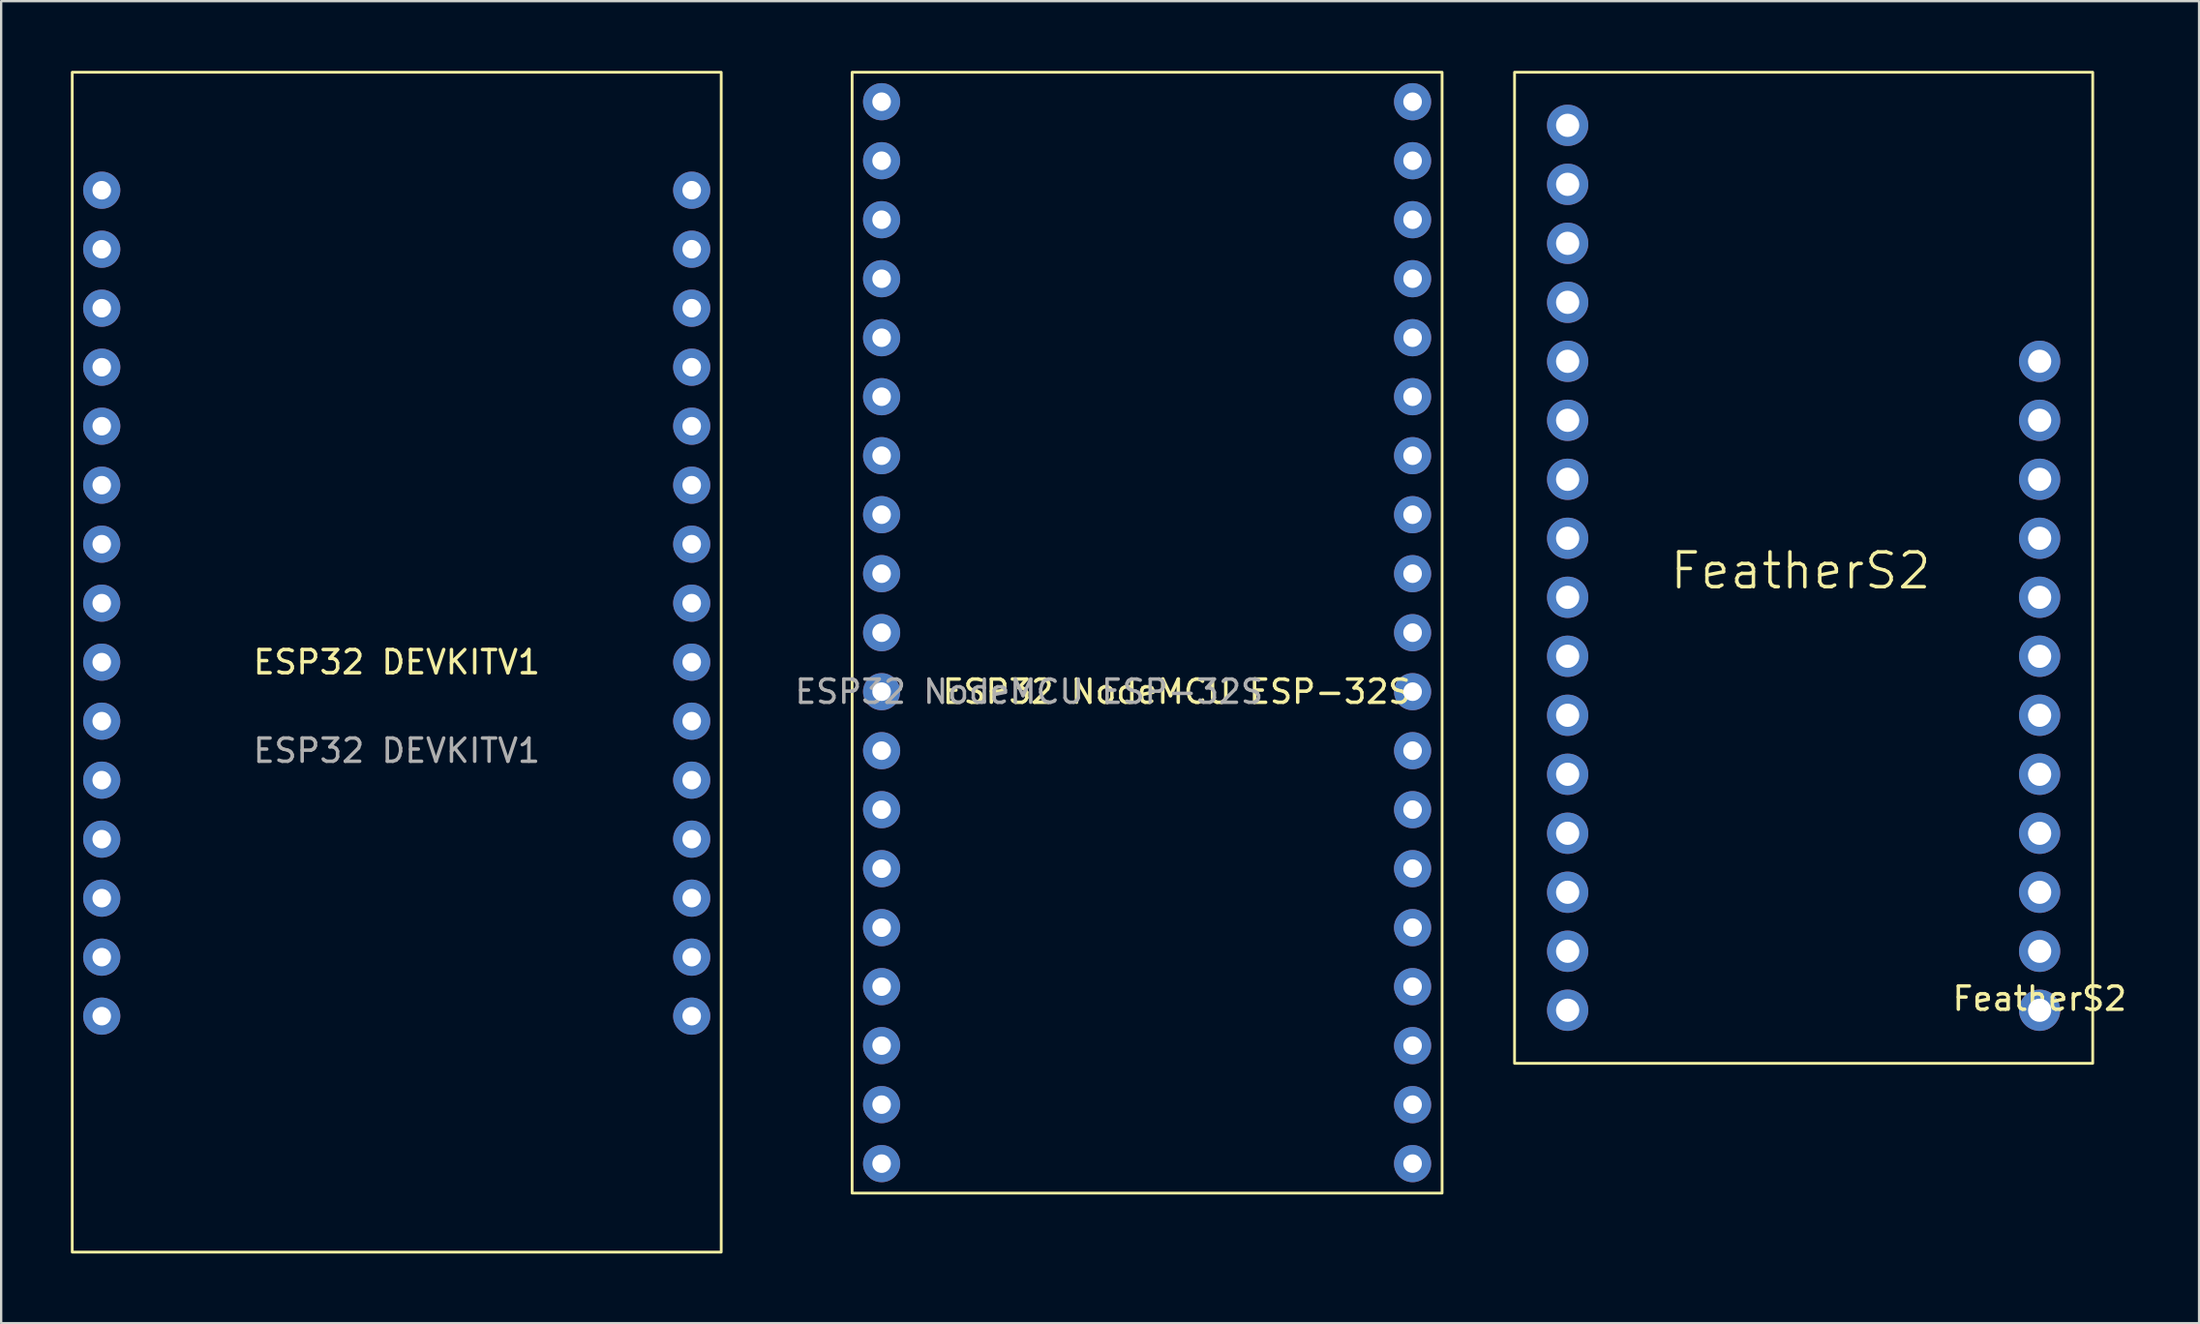
<source format=kicad_pcb>
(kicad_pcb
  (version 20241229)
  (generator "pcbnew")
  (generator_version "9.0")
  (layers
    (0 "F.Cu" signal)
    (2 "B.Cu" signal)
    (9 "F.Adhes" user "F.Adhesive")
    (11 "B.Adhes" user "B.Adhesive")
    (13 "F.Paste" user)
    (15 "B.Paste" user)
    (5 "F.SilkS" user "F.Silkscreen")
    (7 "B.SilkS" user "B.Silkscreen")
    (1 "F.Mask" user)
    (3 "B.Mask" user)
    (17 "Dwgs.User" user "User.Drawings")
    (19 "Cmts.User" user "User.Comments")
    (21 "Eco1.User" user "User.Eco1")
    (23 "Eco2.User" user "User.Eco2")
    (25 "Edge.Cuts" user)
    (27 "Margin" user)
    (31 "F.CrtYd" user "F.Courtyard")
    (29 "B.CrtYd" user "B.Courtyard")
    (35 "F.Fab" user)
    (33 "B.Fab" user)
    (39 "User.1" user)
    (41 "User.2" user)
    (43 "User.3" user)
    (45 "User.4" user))
  (footprint "ESP32 DEVKITV1"
    (layer "F.Cu")
    (at 14.03 22.92)
    (property "Reference" "ESP32 DEVKITV1" (at 0 2.54 0) (unlocked yes) (layer "F.SilkS") (effects (font (size 1 1) (thickness 0.15))))
    (attr through_hole)
    (fp_rect (start -13.97 -22.86) (end 13.97 27.94) (stroke (width 0.12) (type solid)) (fill no) (layer "F.SilkS"))
    (fp_text user "${REFERENCE}" (at 0 6.35 0) (unlocked yes) (layer "F.Fab") (effects (font (size 1 1) (thickness 0.15))))
    (pad "1" thru_hole circle (at -12.7 -17.78) (size 1.6 1.6) (drill 0.8) (layers "*.Cu" "*.Mask"))
    (pad "2" thru_hole circle (at -12.7 -15.24) (size 1.6 1.6) (drill 0.8) (layers "*.Cu" "*.Mask"))
    (pad "3" thru_hole circle (at -12.7 -12.7) (size 1.6 1.6) (drill 0.8) (layers "*.Cu" "*.Mask"))
    (pad "4" thru_hole circle (at -12.7 -10.16) (size 1.6 1.6) (drill 0.8) (layers "*.Cu" "*.Mask"))
    (pad "5" thru_hole circle (at -12.7 -7.62) (size 1.6 1.6) (drill 0.8) (layers "*.Cu" "*.Mask"))
    (pad "6" thru_hole circle (at -12.7 -5.08) (size 1.6 1.6) (drill 0.8) (layers "*.Cu" "*.Mask"))
    (pad "7" thru_hole circle (at -12.7 -2.54) (size 1.6 1.6) (drill 0.8) (layers "*.Cu" "*.Mask"))
    (pad "8" thru_hole circle (at -12.7 0) (size 1.6 1.6) (drill 0.8) (layers "*.Cu" "*.Mask"))
    (pad "9" thru_hole circle (at -12.7 2.54) (size 1.6 1.6) (drill 0.8) (layers "*.Cu" "*.Mask"))
    (pad "10" thru_hole circle (at -12.7 5.08) (size 1.6 1.6) (drill 0.8) (layers "*.Cu" "*.Mask"))
    (pad "11" thru_hole circle (at -12.7 7.62) (size 1.6 1.6) (drill 0.8) (layers "*.Cu" "*.Mask"))
    (pad "12" thru_hole circle (at -12.7 10.16) (size 1.6 1.6) (drill 0.8) (layers "*.Cu" "*.Mask"))
    (pad "13" thru_hole circle (at -12.7 12.7) (size 1.6 1.6) (drill 0.8) (layers "*.Cu" "*.Mask"))
    (pad "14" thru_hole circle (at -12.7 15.24) (size 1.6 1.6) (drill 0.8) (layers "*.Cu" "*.Mask"))
    (pad "15" thru_hole circle (at -12.7 17.78) (size 1.6 1.6) (drill 0.8) (layers "*.Cu" "*.Mask"))
    (pad "16" thru_hole circle (at 12.7 17.78) (size 1.6 1.6) (drill 0.8) (layers "*.Cu" "*.Mask"))
    (pad "17" thru_hole circle (at 12.7 15.24) (size 1.6 1.6) (drill 0.8) (layers "*.Cu" "*.Mask"))
    (pad "18" thru_hole circle (at 12.7 12.7) (size 1.6 1.6) (drill 0.8) (layers "*.Cu" "*.Mask"))
    (pad "19" thru_hole circle (at 12.7 10.16) (size 1.6 1.6) (drill 0.8) (layers "*.Cu" "*.Mask"))
    (pad "20" thru_hole circle (at 12.7 7.62) (size 1.6 1.6) (drill 0.8) (layers "*.Cu" "*.Mask"))
    (pad "21" thru_hole circle (at 12.7 5.08) (size 1.6 1.6) (drill 0.8) (layers "*.Cu" "*.Mask"))
    (pad "22" thru_hole circle (at 12.7 2.54) (size 1.6 1.6) (drill 0.8) (layers "*.Cu" "*.Mask"))
    (pad "23" thru_hole circle (at 12.7 0) (size 1.6 1.6) (drill 0.8) (layers "*.Cu" "*.Mask"))
    (pad "24" thru_hole circle (at 12.7 -2.54) (size 1.6 1.6) (drill 0.8) (layers "*.Cu" "*.Mask"))
    (pad "25" thru_hole circle (at 12.7 -5.08) (size 1.6 1.6) (drill 0.8) (layers "*.Cu" "*.Mask"))
    (pad "26" thru_hole circle (at 12.7 -7.62) (size 1.6 1.6) (drill 0.8) (layers "*.Cu" "*.Mask"))
    (pad "27" thru_hole circle (at 12.7 -10.16) (size 1.6 1.6) (drill 0.8) (layers "*.Cu" "*.Mask"))
    (pad "28" thru_hole circle (at 12.7 -12.7) (size 1.6 1.6) (drill 0.8) (layers "*.Cu" "*.Mask"))
    (pad "29" thru_hole circle (at 12.7 -15.24) (size 1.6 1.6) (drill 0.8) (layers "*.Cu" "*.Mask"))
    (pad "30" thru_hole circle (at 12.7 -17.78) (size 1.6 1.6) (drill 0.8) (layers "*.Cu" "*.Mask")))
  (footprint "ESP32 NodeMCU ESP-32S"
    (layer "F.Cu")
    (at 46.336 25.46)
    (property "Reference" "ESP32 NodeMCU ESP-32S" (at 1.27 1.27 0) (unlocked yes) (layer "F.SilkS") (effects (font (size 1 1) (thickness 0.15))))
    (attr through_hole)
    (fp_rect (start -12.7 -25.4) (end 12.7 22.86) (stroke (width 0.12) (type solid)) (fill no) (layer "F.SilkS"))
    (fp_text user "${REFERENCE}" (at -5.08 1.27 0) (unlocked yes) (layer "F.Fab") (effects (font (size 1 1) (thickness 0.15))))
    (pad "1" thru_hole circle (at -11.43 -24.13) (size 1.6 1.6) (drill 0.8) (layers "*.Cu" "*.Mask"))
    (pad "2" thru_hole circle (at -11.43 -21.59) (size 1.6 1.6) (drill 0.8) (layers "*.Cu" "*.Mask"))
    (pad "3" thru_hole circle (at -11.43 -19.05) (size 1.6 1.6) (drill 0.8) (layers "*.Cu" "*.Mask"))
    (pad "4" thru_hole circle (at -11.43 -16.51) (size 1.6 1.6) (drill 0.8) (layers "*.Cu" "*.Mask"))
    (pad "5" thru_hole circle (at -11.43 -13.97) (size 1.6 1.6) (drill 0.8) (layers "*.Cu" "*.Mask"))
    (pad "6" thru_hole circle (at -11.43 -11.43) (size 1.6 1.6) (drill 0.8) (layers "*.Cu" "*.Mask"))
    (pad "7" thru_hole circle (at -11.43 -8.89) (size 1.6 1.6) (drill 0.8) (layers "*.Cu" "*.Mask"))
    (pad "8" thru_hole circle (at -11.43 -6.35) (size 1.6 1.6) (drill 0.8) (layers "*.Cu" "*.Mask"))
    (pad "9" thru_hole circle (at -11.43 -3.81) (size 1.6 1.6) (drill 0.8) (layers "*.Cu" "*.Mask"))
    (pad "10" thru_hole circle (at -11.43 -1.27) (size 1.6 1.6) (drill 0.8) (layers "*.Cu" "*.Mask"))
    (pad "11" thru_hole circle (at -11.43 1.27) (size 1.6 1.6) (drill 0.8) (layers "*.Cu" "*.Mask"))
    (pad "12" thru_hole circle (at -11.43 3.81) (size 1.6 1.6) (drill 0.8) (layers "*.Cu" "*.Mask"))
    (pad "13" thru_hole circle (at -11.43 6.35) (size 1.6 1.6) (drill 0.8) (layers "*.Cu" "*.Mask"))
    (pad "14" thru_hole circle (at -11.43 8.89) (size 1.6 1.6) (drill 0.8) (layers "*.Cu" "*.Mask"))
    (pad "15" thru_hole circle (at -11.43 11.43) (size 1.6 1.6) (drill 0.8) (layers "*.Cu" "*.Mask"))
    (pad "16" thru_hole circle (at -11.43 13.97) (size 1.6 1.6) (drill 0.8) (layers "*.Cu" "*.Mask"))
    (pad "17" thru_hole circle (at -11.43 16.51) (size 1.6 1.6) (drill 0.8) (layers "*.Cu" "*.Mask"))
    (pad "18" thru_hole circle (at -11.43 19.05) (size 1.6 1.6) (drill 0.8) (layers "*.Cu" "*.Mask"))
    (pad "19" thru_hole circle (at -11.43 21.59) (size 1.6 1.6) (drill 0.8) (layers "*.Cu" "*.Mask"))
    (pad "20" thru_hole circle (at 11.43 21.59) (size 1.6 1.6) (drill 0.8) (layers "*.Cu" "*.Mask"))
    (pad "21" thru_hole circle (at 11.43 19.05) (size 1.6 1.6) (drill 0.8) (layers "*.Cu" "*.Mask"))
    (pad "22" thru_hole circle (at 11.43 16.51) (size 1.6 1.6) (drill 0.8) (layers "*.Cu" "*.Mask"))
    (pad "23" thru_hole circle (at 11.43 13.97) (size 1.6 1.6) (drill 0.8) (layers "*.Cu" "*.Mask"))
    (pad "24" thru_hole circle (at 11.43 11.43) (size 1.6 1.6) (drill 0.8) (layers "*.Cu" "*.Mask"))
    (pad "25" thru_hole circle (at 11.43 8.89) (size 1.6 1.6) (drill 0.8) (layers "*.Cu" "*.Mask"))
    (pad "26" thru_hole circle (at 11.43 6.35) (size 1.6 1.6) (drill 0.8) (layers "*.Cu" "*.Mask"))
    (pad "27" thru_hole circle (at 11.43 3.81) (size 1.6 1.6) (drill 0.8) (layers "*.Cu" "*.Mask"))
    (pad "28" thru_hole circle (at 11.43 1.27) (size 1.6 1.6) (drill 0.8) (layers "*.Cu" "*.Mask"))
    (pad "29" thru_hole circle (at 11.43 -1.27) (size 1.6 1.6) (drill 0.8) (layers "*.Cu" "*.Mask"))
    (pad "30" thru_hole circle (at 11.43 -3.81) (size 1.6 1.6) (drill 0.8) (layers "*.Cu" "*.Mask"))
    (pad "31" thru_hole circle (at 11.43 -6.35) (size 1.6 1.6) (drill 0.8) (layers "*.Cu" "*.Mask"))
    (pad "32" thru_hole circle (at 11.43 -8.89) (size 1.6 1.6) (drill 0.8) (layers "*.Cu" "*.Mask"))
    (pad "33" thru_hole circle (at 11.43 -11.43) (size 1.6 1.6) (drill 0.8) (layers "*.Cu" "*.Mask"))
    (pad "34" thru_hole circle (at 11.43 -13.97) (size 1.6 1.6) (drill 0.8) (layers "*.Cu" "*.Mask"))
    (pad "35" thru_hole circle (at 11.43 -16.51) (size 1.6 1.6) (drill 0.8) (layers "*.Cu" "*.Mask"))
    (pad "36" thru_hole circle (at 11.43 -19.05) (size 1.6 1.6) (drill 0.8) (layers "*.Cu" "*.Mask"))
    (pad "37" thru_hole circle (at 11.43 -21.59) (size 1.6 1.6) (drill 0.8) (layers "*.Cu" "*.Mask"))
    (pad "38" thru_hole circle (at 11.43 -24.13) (size 1.6 1.6) (drill 0.8) (layers "*.Cu" "*.Mask")))
  (footprint "FeatherS2"
    (layer "F.Cu")
    (at 74.602 21.396)
    (property "Reference" "FeatherS2" (at 10.16 18.55 180) (layer "F.SilkS") (effects (font (size 1 1) (thickness 0.15))))
    (attr through_hole)
    (fp_rect (start -12.446 -21.336) (end 12.446 21.336) (stroke (width 0.12) (type solid)) (fill no) (layer "F.SilkS"))
    (fp_text user "FeatherS2" (at -0.127 0.127 0) (unlocked yes) (layer "F.SilkS") (effects (font (size 1.5 1.5) (thickness 0.15))))
    (pad "1" thru_hole circle (at -10.16 -19.05 180) (size 1.778 1.778) (drill 1) (layers "*.Cu" "*.Mask"))
    (pad "2" thru_hole circle (at -10.16 -16.51 180) (size 1.778 1.778) (drill 1) (layers "*.Cu" "*.Mask"))
    (pad "3" thru_hole circle (at -10.16 -13.97 180) (size 1.778 1.778) (drill 1) (layers "*.Cu" "*.Mask"))
    (pad "4" thru_hole circle (at -10.16 -11.43 180) (size 1.778 1.778) (drill 1) (layers "*.Cu" "*.Mask"))
    (pad "5" thru_hole circle (at -10.16 -8.89 180) (size 1.778 1.778) (drill 1) (layers "*.Cu" "*.Mask"))
    (pad "6" thru_hole circle (at -10.16 -6.35 180) (size 1.778 1.778) (drill 1) (layers "*.Cu" "*.Mask"))
    (pad "7" thru_hole circle (at -10.16 -3.81 180) (size 1.778 1.778) (drill 1) (layers "*.Cu" "*.Mask"))
    (pad "8" thru_hole circle (at -10.16 -1.27 180) (size 1.778 1.778) (drill 1) (layers "*.Cu" "*.Mask"))
    (pad "9" thru_hole circle (at -10.16 1.27 180) (size 1.778 1.778) (drill 1) (layers "*.Cu" "*.Mask"))
    (pad "10" thru_hole circle (at -10.16 3.81 180) (size 1.778 1.778) (drill 1) (layers "*.Cu" "*.Mask"))
    (pad "11" thru_hole circle (at -10.16 6.35 180) (size 1.778 1.778) (drill 1) (layers "*.Cu" "*.Mask"))
    (pad "12" thru_hole circle (at -10.16 8.89 180) (size 1.778 1.778) (drill 1) (layers "*.Cu" "*.Mask"))
    (pad "13" thru_hole circle (at -10.16 11.43 180) (size 1.778 1.778) (drill 1) (layers "*.Cu" "*.Mask"))
    (pad "14" thru_hole circle (at -10.16 13.97 180) (size 1.778 1.778) (drill 1) (layers "*.Cu" "*.Mask"))
    (pad "15" thru_hole circle (at -10.16 16.51 180) (size 1.778 1.778) (drill 1) (layers "*.Cu" "*.Mask"))
    (pad "16" thru_hole circle (at -10.16 19.05 180) (size 1.778 1.778) (drill 1) (layers "*.Cu" "*.Mask"))
    (pad "17" thru_hole circle (at 10.16 19.05 180) (size 1.778 1.778) (drill 1) (layers "*.Cu" "*.Mask"))
    (pad "18" thru_hole circle (at 10.16 16.51 180) (size 1.778 1.778) (drill 1) (layers "*.Cu" "*.Mask"))
    (pad "19" thru_hole circle (at 10.16 13.97 180) (size 1.778 1.778) (drill 1) (layers "*.Cu" "*.Mask"))
    (pad "20" thru_hole circle (at 10.16 11.43 180) (size 1.778 1.778) (drill 1) (layers "*.Cu" "*.Mask"))
    (pad "21" thru_hole circle (at 10.16 8.89 180) (size 1.778 1.778) (drill 1) (layers "*.Cu" "*.Mask"))
    (pad "22" thru_hole circle (at 10.16 6.35 180) (size 1.778 1.778) (drill 1) (layers "*.Cu" "*.Mask"))
    (pad "23" thru_hole circle (at 10.16 3.81 180) (size 1.778 1.778) (drill 1) (layers "*.Cu" "*.Mask"))
    (pad "24" thru_hole circle (at 10.16 1.27 180) (size 1.778 1.778) (drill 1) (layers "*.Cu" "*.Mask"))
    (pad "25" thru_hole circle (at 10.16 -1.27 180) (size 1.778 1.778) (drill 1) (layers "*.Cu" "*.Mask"))
    (pad "26" thru_hole circle (at 10.16 -3.81 180) (size 1.778 1.778) (drill 1) (layers "*.Cu" "*.Mask"))
    (pad "27" thru_hole circle (at 10.16 -6.35 180) (size 1.778 1.778) (drill 1) (layers "*.Cu" "*.Mask"))
    (pad "28" thru_hole circle (at 10.16 -8.89 180) (size 1.778 1.778) (drill 1) (layers "*.Cu" "*.Mask")))
  (gr_rect
    (start -3 -3)
    (end 91.626 53.92)
    (stroke (width 0.1) (type default))
    (fill no)
    (layer "Edge.Cuts")))
</source>
